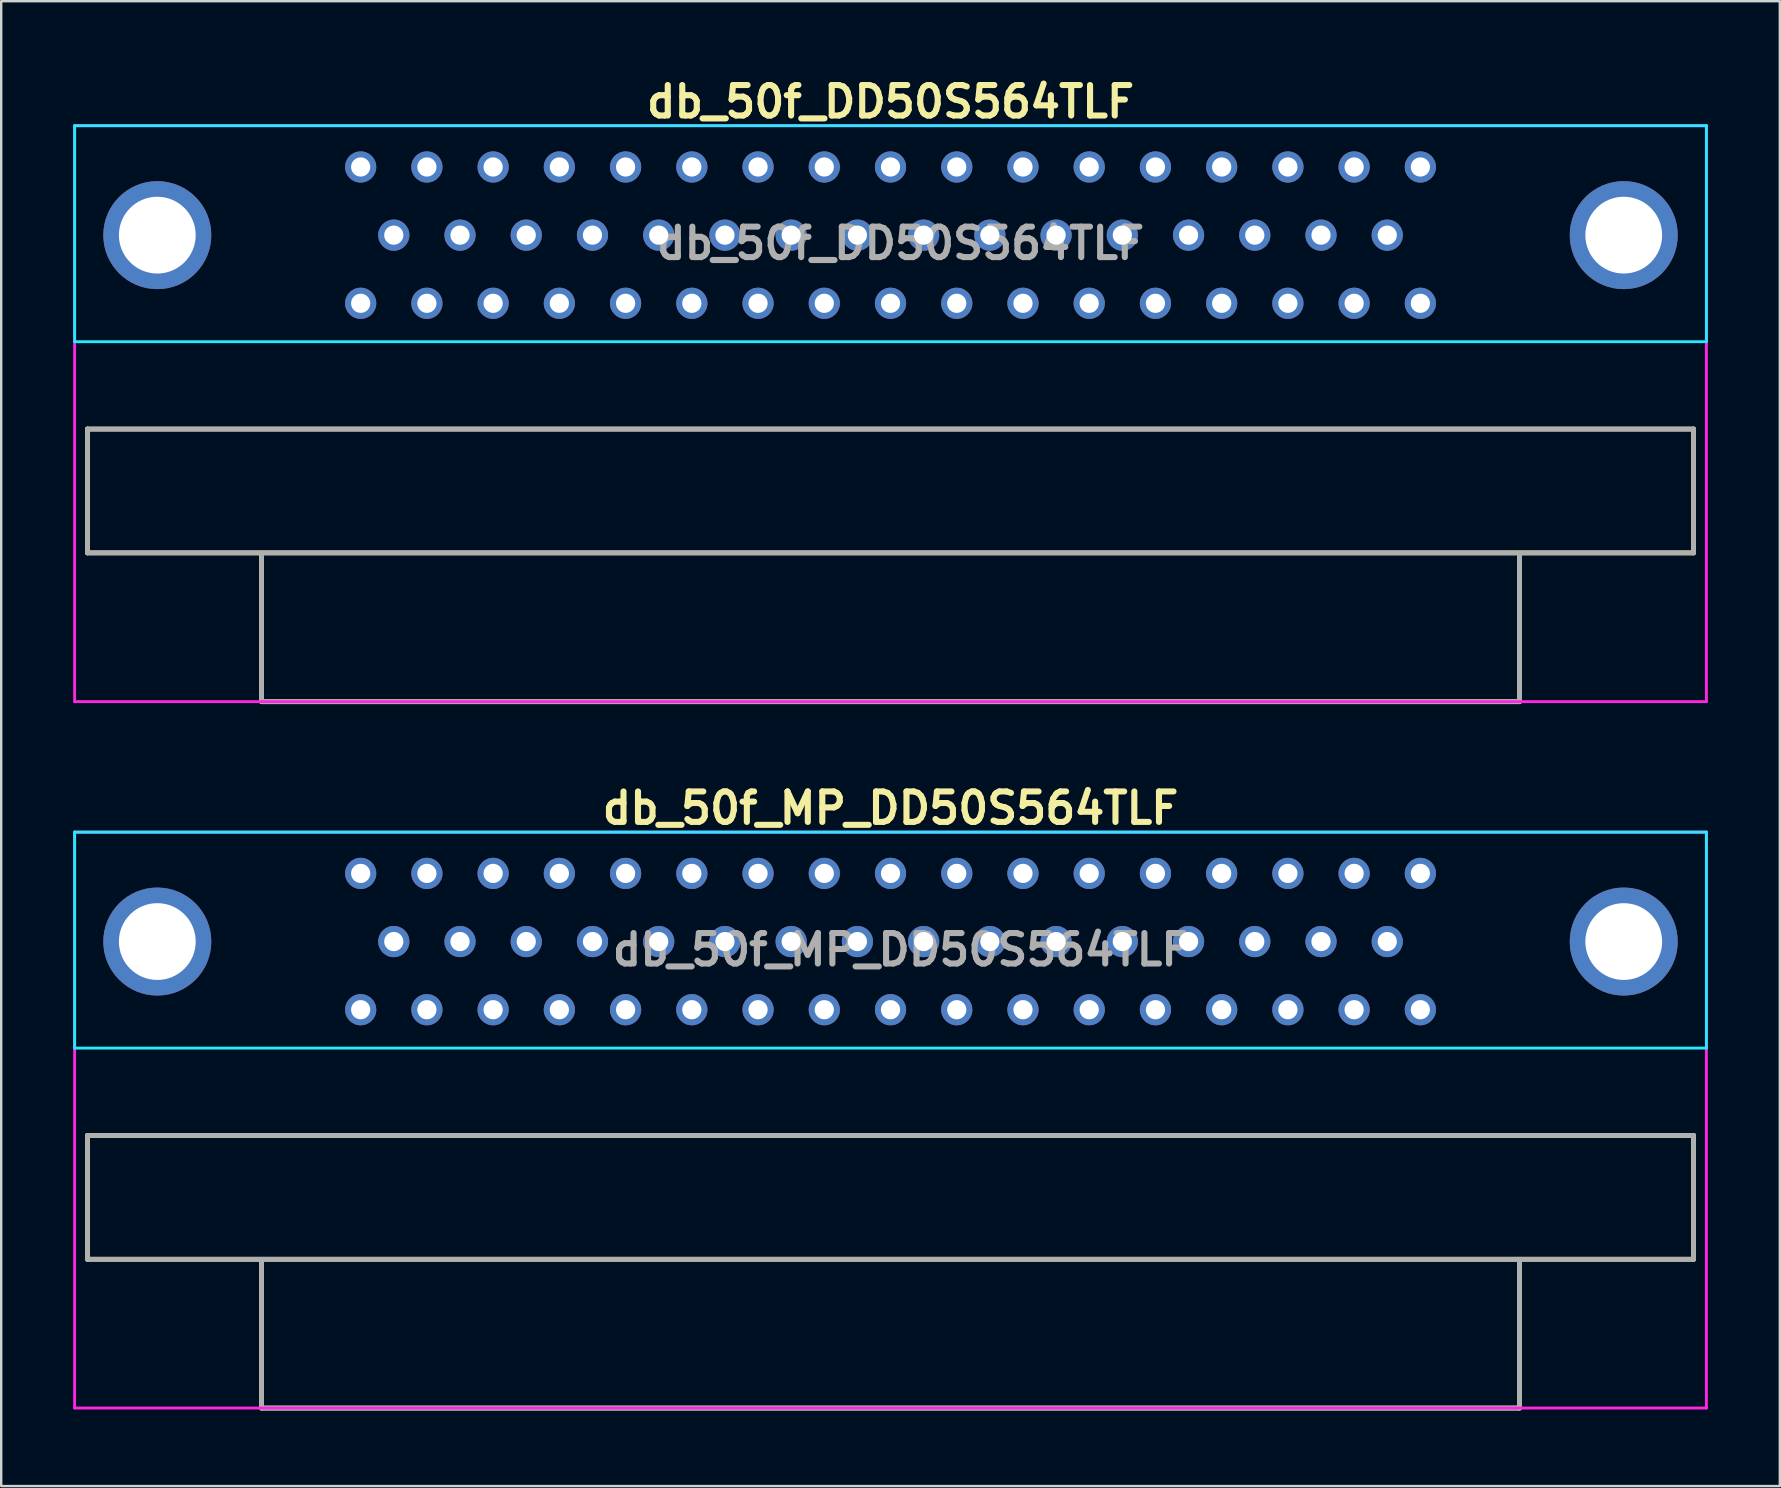
<source format=kicad_pcb>
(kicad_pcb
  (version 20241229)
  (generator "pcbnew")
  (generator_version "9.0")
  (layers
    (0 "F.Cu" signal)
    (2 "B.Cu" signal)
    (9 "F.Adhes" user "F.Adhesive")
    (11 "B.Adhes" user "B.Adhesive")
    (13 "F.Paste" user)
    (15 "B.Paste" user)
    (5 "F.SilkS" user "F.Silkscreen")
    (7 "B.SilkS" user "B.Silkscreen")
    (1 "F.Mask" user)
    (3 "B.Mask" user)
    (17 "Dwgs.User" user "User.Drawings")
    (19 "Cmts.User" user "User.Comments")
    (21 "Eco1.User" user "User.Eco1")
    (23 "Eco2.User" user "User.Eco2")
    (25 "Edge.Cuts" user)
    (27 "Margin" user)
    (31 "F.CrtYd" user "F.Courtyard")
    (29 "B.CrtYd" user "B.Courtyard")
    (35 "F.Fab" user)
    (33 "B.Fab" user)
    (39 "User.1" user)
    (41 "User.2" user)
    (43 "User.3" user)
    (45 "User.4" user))
  (footprint "db_50f_DD50S564TLF"
    (layer "F.Cu")
    (at 34.06 26.189)
    (property "Reference" "db_50f_DD50S564TLF" (at 0 -25 0) (layer "F.SilkS") (effects (font (size 1.27 1.27) (thickness 0.254))))
    (attr through_hole)
    (fp_line (start -33.465 -11.36) (end -33.465 -6.2) (stroke (width 0.2) (type solid)) (layer "F.SilkS"))
    (fp_line (start -33.465 -11.36) (end 33.465 -11.36) (stroke (width 0.2) (type solid)) (layer "F.SilkS"))
    (fp_line (start -26.21 0) (end -26.21 -6.173) (stroke (width 0.2) (type solid)) (layer "F.SilkS"))
    (fp_line (start 26.21 -6.173) (end 26.21 0) (stroke (width 0.2) (type solid)) (layer "F.SilkS"))
    (fp_line (start 26.21 0) (end -26.21 0) (stroke (width 0.2) (type solid)) (layer "F.SilkS"))
    (fp_line (start 33.465 -11.36) (end 33.465 -6.2) (stroke (width 0.2) (type solid)) (layer "F.SilkS"))
    (fp_line (start 33.465 -6.2) (end -33.465 -6.2) (stroke (width 0.2) (type solid)) (layer "F.SilkS"))
    (fp_line (start -34 -24) (end -34 -15) (stroke (width 0.12) (type solid)) (layer "B.CrtYd"))
    (fp_line (start -34 -15) (end 34 -15) (stroke (width 0.12) (type solid)) (layer "B.CrtYd"))
    (fp_line (start 34 -24) (end -34 -24) (stroke (width 0.12) (type solid)) (layer "B.CrtYd"))
    (fp_line (start 34 -15) (end 34 -24) (stroke (width 0.12) (type solid)) (layer "B.CrtYd"))
    (fp_line (start -34 -24) (end 34 -24) (stroke (width 0.12) (type solid)) (layer "F.CrtYd"))
    (fp_line (start -34 0) (end -34 -24) (stroke (width 0.12) (type solid)) (layer "F.CrtYd"))
    (fp_line (start 34 -24) (end 34 0) (stroke (width 0.12) (type solid)) (layer "F.CrtYd"))
    (fp_line (start 34 0) (end -34 0) (stroke (width 0.12) (type solid)) (layer "F.CrtYd"))
    (fp_line (start -33.465 -11.36) (end -33.465 -6.2) (stroke (width 0.2) (type solid)) (layer "F.Fab"))
    (fp_line (start -33.465 -6.2) (end 33.465 -6.2) (stroke (width 0.2) (type solid)) (layer "F.Fab"))
    (fp_line (start -26.21 -6.173) (end -26.21 0) (stroke (width 0.2) (type solid)) (layer "F.Fab"))
    (fp_line (start -26.21 0) (end 26.21 0) (stroke (width 0.2) (type solid)) (layer "F.Fab"))
    (fp_line (start 26.21 0) (end 26.21 -6.173) (stroke (width 0.2) (type solid)) (layer "F.Fab"))
    (fp_line (start 33.465 -11.36) (end -33.465 -11.36) (stroke (width 0.2) (type solid)) (layer "F.Fab"))
    (fp_line (start 33.465 -6.2) (end 33.465 -11.36) (stroke (width 0.2) (type solid)) (layer "F.Fab"))
    (fp_text user "${REFERENCE}" (at 0.42 -19.099 0) (layer "F.Fab") (effects (font (size 1.27 1.27) (thickness 0.254))))
    (pad "0" thru_hole circle (at -30.555 -19.44) (size 4.5 4.5) (drill 3.2) (layers "*.Cu" "*.Mask"))
    (pad "0" thru_hole circle (at 30.555 -19.44) (size 4.5 4.5) (drill 3.2) (layers "*.Cu" "*.Mask"))
    (pad "1" thru_hole circle (at 22.08 -22.28) (size 1.3 1.3) (drill 0.8) (layers "*.Cu" "*.Mask"))
    (pad "2" thru_hole circle (at 19.32 -22.28) (size 1.3 1.3) (drill 0.8) (layers "*.Cu" "*.Mask"))
    (pad "3" thru_hole circle (at 16.56 -22.28) (size 1.3 1.3) (drill 0.8) (layers "*.Cu" "*.Mask"))
    (pad "4" thru_hole circle (at 13.8 -22.28) (size 1.3 1.3) (drill 0.8) (layers "*.Cu" "*.Mask"))
    (pad "5" thru_hole circle (at 11.04 -22.28) (size 1.3 1.3) (drill 0.8) (layers "*.Cu" "*.Mask"))
    (pad "6" thru_hole circle (at 8.28 -22.28) (size 1.3 1.3) (drill 0.8) (layers "*.Cu" "*.Mask"))
    (pad "7" thru_hole circle (at 5.52 -22.28) (size 1.3 1.3) (drill 0.8) (layers "*.Cu" "*.Mask"))
    (pad "8" thru_hole circle (at 2.76 -22.28) (size 1.3 1.3) (drill 0.8) (layers "*.Cu" "*.Mask"))
    (pad "9" thru_hole circle (at 0 -22.28) (size 1.3 1.3) (drill 0.8) (layers "*.Cu" "*.Mask"))
    (pad "10" thru_hole circle (at -2.76 -22.28) (size 1.3 1.3) (drill 0.8) (layers "*.Cu" "*.Mask"))
    (pad "11" thru_hole circle (at -5.52 -22.28) (size 1.3 1.3) (drill 0.8) (layers "*.Cu" "*.Mask"))
    (pad "12" thru_hole circle (at -8.28 -22.28) (size 1.3 1.3) (drill 0.8) (layers "*.Cu" "*.Mask"))
    (pad "13" thru_hole circle (at -11.04 -22.28) (size 1.3 1.3) (drill 0.8) (layers "*.Cu" "*.Mask"))
    (pad "14" thru_hole circle (at -13.8 -22.28) (size 1.3 1.3) (drill 0.8) (layers "*.Cu" "*.Mask"))
    (pad "15" thru_hole circle (at -16.56 -22.28) (size 1.3 1.3) (drill 0.8) (layers "*.Cu" "*.Mask"))
    (pad "16" thru_hole circle (at -19.32 -22.28) (size 1.3 1.3) (drill 0.8) (layers "*.Cu" "*.Mask"))
    (pad "17" thru_hole circle (at -22.08 -22.28) (size 1.3 1.3) (drill 0.8) (layers "*.Cu" "*.Mask"))
    (pad "18" thru_hole circle (at 20.7 -19.44) (size 1.3 1.3) (drill 0.8) (layers "*.Cu" "*.Mask"))
    (pad "19" thru_hole circle (at 17.94 -19.44) (size 1.3 1.3) (drill 0.8) (layers "*.Cu" "*.Mask"))
    (pad "20" thru_hole circle (at 15.18 -19.44) (size 1.3 1.3) (drill 0.8) (layers "*.Cu" "*.Mask"))
    (pad "21" thru_hole circle (at 12.42 -19.44) (size 1.3 1.3) (drill 0.8) (layers "*.Cu" "*.Mask"))
    (pad "22" thru_hole circle (at 9.66 -19.44) (size 1.3 1.3) (drill 0.8) (layers "*.Cu" "*.Mask"))
    (pad "23" thru_hole circle (at 6.9 -19.44) (size 1.3 1.3) (drill 0.8) (layers "*.Cu" "*.Mask"))
    (pad "24" thru_hole circle (at 4.14 -19.44) (size 1.3 1.3) (drill 0.8) (layers "*.Cu" "*.Mask"))
    (pad "25" thru_hole circle (at 1.38 -19.44) (size 1.3 1.3) (drill 0.8) (layers "*.Cu" "*.Mask"))
    (pad "26" thru_hole circle (at -1.38 -19.44) (size 1.3 1.3) (drill 0.8) (layers "*.Cu" "*.Mask"))
    (pad "27" thru_hole circle (at -4.14 -19.44) (size 1.3 1.3) (drill 0.8) (layers "*.Cu" "*.Mask"))
    (pad "28" thru_hole circle (at -6.9 -19.44) (size 1.3 1.3) (drill 0.8) (layers "*.Cu" "*.Mask"))
    (pad "29" thru_hole circle (at -9.66 -19.44) (size 1.3 1.3) (drill 0.8) (layers "*.Cu" "*.Mask"))
    (pad "30" thru_hole circle (at -12.42 -19.44) (size 1.3 1.3) (drill 0.8) (layers "*.Cu" "*.Mask"))
    (pad "31" thru_hole circle (at -15.18 -19.44) (size 1.3 1.3) (drill 0.8) (layers "*.Cu" "*.Mask"))
    (pad "32" thru_hole circle (at -17.94 -19.44) (size 1.3 1.3) (drill 0.8) (layers "*.Cu" "*.Mask"))
    (pad "33" thru_hole circle (at -20.7 -19.44) (size 1.3 1.3) (drill 0.8) (layers "*.Cu" "*.Mask"))
    (pad "34" thru_hole circle (at 22.08 -16.6) (size 1.3 1.3) (drill 0.8) (layers "*.Cu" "*.Mask"))
    (pad "35" thru_hole circle (at 19.32 -16.6) (size 1.3 1.3) (drill 0.8) (layers "*.Cu" "*.Mask"))
    (pad "36" thru_hole circle (at 16.56 -16.6) (size 1.3 1.3) (drill 0.8) (layers "*.Cu" "*.Mask"))
    (pad "37" thru_hole circle (at 13.8 -16.6) (size 1.3 1.3) (drill 0.8) (layers "*.Cu" "*.Mask"))
    (pad "38" thru_hole circle (at 11.04 -16.6) (size 1.3 1.3) (drill 0.8) (layers "*.Cu" "*.Mask"))
    (pad "39" thru_hole circle (at 8.28 -16.6) (size 1.3 1.3) (drill 0.8) (layers "*.Cu" "*.Mask"))
    (pad "40" thru_hole circle (at 5.52 -16.6) (size 1.3 1.3) (drill 0.8) (layers "*.Cu" "*.Mask"))
    (pad "41" thru_hole circle (at 2.76 -16.6) (size 1.3 1.3) (drill 0.8) (layers "*.Cu" "*.Mask"))
    (pad "42" thru_hole circle (at 0 -16.6) (size 1.3 1.3) (drill 0.8) (layers "*.Cu" "*.Mask"))
    (pad "43" thru_hole circle (at -2.76 -16.6) (size 1.3 1.3) (drill 0.8) (layers "*.Cu" "*.Mask"))
    (pad "44" thru_hole circle (at -5.52 -16.6) (size 1.3 1.3) (drill 0.8) (layers "*.Cu" "*.Mask"))
    (pad "45" thru_hole circle (at -8.28 -16.6) (size 1.3 1.3) (drill 0.8) (layers "*.Cu" "*.Mask"))
    (pad "46" thru_hole circle (at -11.04 -16.6) (size 1.3 1.3) (drill 0.8) (layers "*.Cu" "*.Mask"))
    (pad "47" thru_hole circle (at -13.8 -16.6) (size 1.3 1.3) (drill 0.8) (layers "*.Cu" "*.Mask"))
    (pad "48" thru_hole circle (at -16.56 -16.6) (size 1.3 1.3) (drill 0.8) (layers "*.Cu" "*.Mask"))
    (pad "49" thru_hole circle (at -19.32 -16.6) (size 1.3 1.3) (drill 0.8) (layers "*.Cu" "*.Mask"))
    (pad "50" thru_hole circle (at -22.08 -16.6) (size 1.3 1.3) (drill 0.8) (layers "*.Cu" "*.Mask")))
  (footprint "db_50f_MP_DD50S564TLF"
    (layer "F.Cu")
    (at 34.06 55.627)
    (property "Reference" "db_50f_MP_DD50S564TLF" (at 0 -25 0) (layer "F.SilkS") (effects (font (size 1.27 1.27) (thickness 0.254))))
    (attr through_hole)
    (fp_line (start -33.465 -11.36) (end -33.465 -6.2) (stroke (width 0.2) (type solid)) (layer "F.SilkS"))
    (fp_line (start -33.465 -11.36) (end 33.465 -11.36) (stroke (width 0.2) (type solid)) (layer "F.SilkS"))
    (fp_line (start -26.21 0) (end -26.21 -6.173) (stroke (width 0.2) (type solid)) (layer "F.SilkS"))
    (fp_line (start 26.21 -6.173) (end 26.21 0) (stroke (width 0.2) (type solid)) (layer "F.SilkS"))
    (fp_line (start 26.21 0) (end -26.21 0) (stroke (width 0.2) (type solid)) (layer "F.SilkS"))
    (fp_line (start 33.465 -11.36) (end 33.465 -6.2) (stroke (width 0.2) (type solid)) (layer "F.SilkS"))
    (fp_line (start 33.465 -6.2) (end -33.465 -6.2) (stroke (width 0.2) (type solid)) (layer "F.SilkS"))
    (fp_line (start -34 -24) (end -34 -15) (stroke (width 0.12) (type solid)) (layer "B.CrtYd"))
    (fp_line (start -34 -15) (end 34 -15) (stroke (width 0.12) (type solid)) (layer "B.CrtYd"))
    (fp_line (start 34 -24) (end -34 -24) (stroke (width 0.12) (type solid)) (layer "B.CrtYd"))
    (fp_line (start 34 -15) (end 34 -24) (stroke (width 0.12) (type solid)) (layer "B.CrtYd"))
    (fp_line (start -34 -24) (end 34 -24) (stroke (width 0.12) (type solid)) (layer "F.CrtYd"))
    (fp_line (start -34 0) (end -34 -24) (stroke (width 0.12) (type solid)) (layer "F.CrtYd"))
    (fp_line (start 34 -24) (end 34 0) (stroke (width 0.12) (type solid)) (layer "F.CrtYd"))
    (fp_line (start 34 0) (end -34 0) (stroke (width 0.12) (type solid)) (layer "F.CrtYd"))
    (fp_line (start -33.465 -11.36) (end -33.465 -6.2) (stroke (width 0.2) (type solid)) (layer "F.Fab"))
    (fp_line (start -33.465 -6.2) (end 33.465 -6.2) (stroke (width 0.2) (type solid)) (layer "F.Fab"))
    (fp_line (start -26.21 -6.173) (end -26.21 0) (stroke (width 0.2) (type solid)) (layer "F.Fab"))
    (fp_line (start -26.21 0) (end 26.21 0) (stroke (width 0.2) (type solid)) (layer "F.Fab"))
    (fp_line (start 26.21 0) (end 26.21 -6.173) (stroke (width 0.2) (type solid)) (layer "F.Fab"))
    (fp_line (start 33.465 -11.36) (end -33.465 -11.36) (stroke (width 0.2) (type solid)) (layer "F.Fab"))
    (fp_line (start 33.465 -6.2) (end 33.465 -11.36) (stroke (width 0.2) (type solid)) (layer "F.Fab"))
    (fp_text user "${REFERENCE}" (at 0.42 -19.099 0) (layer "F.Fab") (effects (font (size 1.27 1.27) (thickness 0.254))))
    (pad "1" thru_hole circle (at 22.08 -22.28) (size 1.3 1.3) (drill 0.8) (layers "*.Cu" "*.Mask"))
    (pad "2" thru_hole circle (at 19.32 -22.28) (size 1.3 1.3) (drill 0.8) (layers "*.Cu" "*.Mask"))
    (pad "3" thru_hole circle (at 16.56 -22.28) (size 1.3 1.3) (drill 0.8) (layers "*.Cu" "*.Mask"))
    (pad "4" thru_hole circle (at 13.8 -22.28) (size 1.3 1.3) (drill 0.8) (layers "*.Cu" "*.Mask"))
    (pad "5" thru_hole circle (at 11.04 -22.28) (size 1.3 1.3) (drill 0.8) (layers "*.Cu" "*.Mask"))
    (pad "6" thru_hole circle (at 8.28 -22.28) (size 1.3 1.3) (drill 0.8) (layers "*.Cu" "*.Mask"))
    (pad "7" thru_hole circle (at 5.52 -22.28) (size 1.3 1.3) (drill 0.8) (layers "*.Cu" "*.Mask"))
    (pad "8" thru_hole circle (at 2.76 -22.28) (size 1.3 1.3) (drill 0.8) (layers "*.Cu" "*.Mask"))
    (pad "9" thru_hole circle (at 0 -22.28) (size 1.3 1.3) (drill 0.8) (layers "*.Cu" "*.Mask"))
    (pad "10" thru_hole circle (at -2.76 -22.28) (size 1.3 1.3) (drill 0.8) (layers "*.Cu" "*.Mask"))
    (pad "11" thru_hole circle (at -5.52 -22.28) (size 1.3 1.3) (drill 0.8) (layers "*.Cu" "*.Mask"))
    (pad "12" thru_hole circle (at -8.28 -22.28) (size 1.3 1.3) (drill 0.8) (layers "*.Cu" "*.Mask"))
    (pad "13" thru_hole circle (at -11.04 -22.28) (size 1.3 1.3) (drill 0.8) (layers "*.Cu" "*.Mask"))
    (pad "14" thru_hole circle (at -13.8 -22.28) (size 1.3 1.3) (drill 0.8) (layers "*.Cu" "*.Mask"))
    (pad "15" thru_hole circle (at -16.56 -22.28) (size 1.3 1.3) (drill 0.8) (layers "*.Cu" "*.Mask"))
    (pad "16" thru_hole circle (at -19.32 -22.28) (size 1.3 1.3) (drill 0.8) (layers "*.Cu" "*.Mask"))
    (pad "17" thru_hole circle (at -22.08 -22.28) (size 1.3 1.3) (drill 0.8) (layers "*.Cu" "*.Mask"))
    (pad "18" thru_hole circle (at 20.7 -19.44) (size 1.3 1.3) (drill 0.8) (layers "*.Cu" "*.Mask"))
    (pad "19" thru_hole circle (at 17.94 -19.44) (size 1.3 1.3) (drill 0.8) (layers "*.Cu" "*.Mask"))
    (pad "20" thru_hole circle (at 15.18 -19.44) (size 1.3 1.3) (drill 0.8) (layers "*.Cu" "*.Mask"))
    (pad "21" thru_hole circle (at 12.42 -19.44) (size 1.3 1.3) (drill 0.8) (layers "*.Cu" "*.Mask"))
    (pad "22" thru_hole circle (at 9.66 -19.44) (size 1.3 1.3) (drill 0.8) (layers "*.Cu" "*.Mask"))
    (pad "23" thru_hole circle (at 6.9 -19.44) (size 1.3 1.3) (drill 0.8) (layers "*.Cu" "*.Mask"))
    (pad "24" thru_hole circle (at 4.14 -19.44) (size 1.3 1.3) (drill 0.8) (layers "*.Cu" "*.Mask"))
    (pad "25" thru_hole circle (at 1.38 -19.44) (size 1.3 1.3) (drill 0.8) (layers "*.Cu" "*.Mask"))
    (pad "26" thru_hole circle (at -1.38 -19.44) (size 1.3 1.3) (drill 0.8) (layers "*.Cu" "*.Mask"))
    (pad "27" thru_hole circle (at -4.14 -19.44) (size 1.3 1.3) (drill 0.8) (layers "*.Cu" "*.Mask"))
    (pad "28" thru_hole circle (at -6.9 -19.44) (size 1.3 1.3) (drill 0.8) (layers "*.Cu" "*.Mask"))
    (pad "29" thru_hole circle (at -9.66 -19.44) (size 1.3 1.3) (drill 0.8) (layers "*.Cu" "*.Mask"))
    (pad "30" thru_hole circle (at -12.42 -19.44) (size 1.3 1.3) (drill 0.8) (layers "*.Cu" "*.Mask"))
    (pad "31" thru_hole circle (at -15.18 -19.44) (size 1.3 1.3) (drill 0.8) (layers "*.Cu" "*.Mask"))
    (pad "32" thru_hole circle (at -17.94 -19.44) (size 1.3 1.3) (drill 0.8) (layers "*.Cu" "*.Mask"))
    (pad "33" thru_hole circle (at -20.7 -19.44) (size 1.3 1.3) (drill 0.8) (layers "*.Cu" "*.Mask"))
    (pad "34" thru_hole circle (at 22.08 -16.6) (size 1.3 1.3) (drill 0.8) (layers "*.Cu" "*.Mask"))
    (pad "35" thru_hole circle (at 19.32 -16.6) (size 1.3 1.3) (drill 0.8) (layers "*.Cu" "*.Mask"))
    (pad "36" thru_hole circle (at 16.56 -16.6) (size 1.3 1.3) (drill 0.8) (layers "*.Cu" "*.Mask"))
    (pad "37" thru_hole circle (at 13.8 -16.6) (size 1.3 1.3) (drill 0.8) (layers "*.Cu" "*.Mask"))
    (pad "38" thru_hole circle (at 11.04 -16.6) (size 1.3 1.3) (drill 0.8) (layers "*.Cu" "*.Mask"))
    (pad "39" thru_hole circle (at 8.28 -16.6) (size 1.3 1.3) (drill 0.8) (layers "*.Cu" "*.Mask"))
    (pad "40" thru_hole circle (at 5.52 -16.6) (size 1.3 1.3) (drill 0.8) (layers "*.Cu" "*.Mask"))
    (pad "41" thru_hole circle (at 2.76 -16.6) (size 1.3 1.3) (drill 0.8) (layers "*.Cu" "*.Mask"))
    (pad "42" thru_hole circle (at 0 -16.6) (size 1.3 1.3) (drill 0.8) (layers "*.Cu" "*.Mask"))
    (pad "43" thru_hole circle (at -2.76 -16.6) (size 1.3 1.3) (drill 0.8) (layers "*.Cu" "*.Mask"))
    (pad "44" thru_hole circle (at -5.52 -16.6) (size 1.3 1.3) (drill 0.8) (layers "*.Cu" "*.Mask"))
    (pad "45" thru_hole circle (at -8.28 -16.6) (size 1.3 1.3) (drill 0.8) (layers "*.Cu" "*.Mask"))
    (pad "46" thru_hole circle (at -11.04 -16.6) (size 1.3 1.3) (drill 0.8) (layers "*.Cu" "*.Mask"))
    (pad "47" thru_hole circle (at -13.8 -16.6) (size 1.3 1.3) (drill 0.8) (layers "*.Cu" "*.Mask"))
    (pad "48" thru_hole circle (at -16.56 -16.6) (size 1.3 1.3) (drill 0.8) (layers "*.Cu" "*.Mask"))
    (pad "49" thru_hole circle (at -19.32 -16.6) (size 1.3 1.3) (drill 0.8) (layers "*.Cu" "*.Mask"))
    (pad "50" thru_hole circle (at -22.08 -16.6) (size 1.3 1.3) (drill 0.8) (layers "*.Cu" "*.Mask"))
    (pad "MP" thru_hole circle (at -30.555 -19.44) (size 4.5 4.5) (drill 3.2) (layers "*.Cu" "*.Mask"))
    (pad "MP" thru_hole circle (at 30.555 -19.44) (size 4.5 4.5) (drill 3.2) (layers "*.Cu" "*.Mask")))
  (gr_rect
    (start -3 -3)
    (end 71.12 58.877)
    (stroke (width 0.1) (type default))
    (fill no)
    (layer "Edge.Cuts")))
</source>
